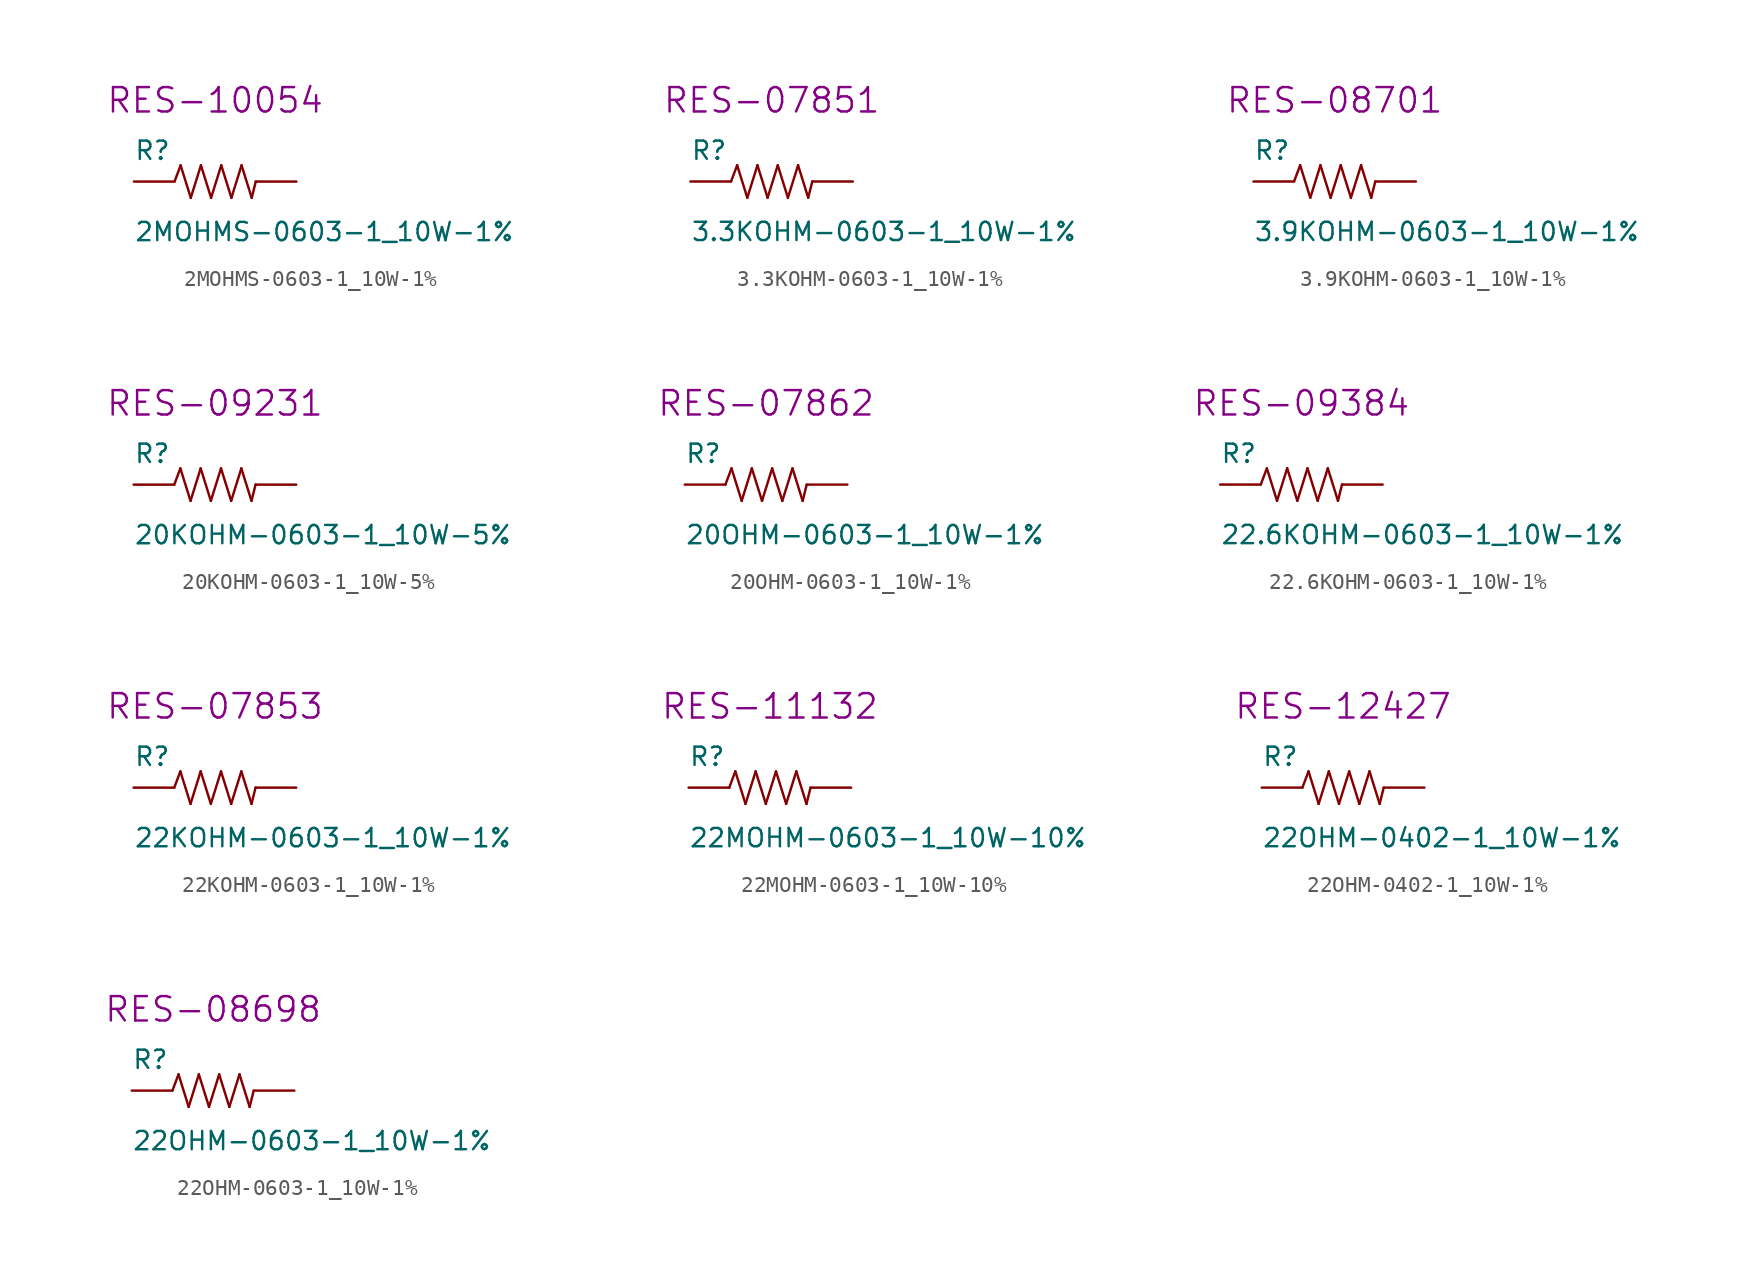
<source format=kicad_sym>
(kicad_symbol_lib
  (version 20220914)
  (generator kicad_symbol_editor)
  (symbol "2MOHMS-0603-1_10W-1%"
    (pin_numbers hide)
    (pin_names
      (offset 1.016) hide)
    (property "Reference" "R"
      (at -5.08 1.27 0)
      (effects (font (size 1.143 1.143)) (justify left bottom)))
    (property "Value" "2MOHMS-0603-1_10W-1%"
      (at -5.08 -3.81 0)
      (effects (font (size 1.143 1.143)) (justify left bottom)))
    (property "Field4" "RES-10054"
      (at 0 5.08 0)
      (effects (font (size 1.524 1.524))))
    (property "ki_locked" ""
      (at 0 0 0)
      (effects (font (size 1.27 1.27))))
    (symbol "2MOHMS-0603-1_10W-1%_1_0"
      (polyline (pts (xy -2.54 0) (xy -2.159 1.016)) (stroke (width 0) (type solid)) (fill (type none)))
      (polyline (pts (xy -2.159 1.016) (xy -1.524 -1.016)) (stroke (width 0) (type solid)) (fill (type none)))
      (polyline (pts (xy -1.524 -1.016) (xy -0.889 1.016)) (stroke (width 0) (type solid)) (fill (type none)))
      (polyline (pts (xy -0.889 1.016) (xy -0.254 -1.016)) (stroke (width 0) (type solid)) (fill (type none)))
      (polyline (pts (xy -0.254 -1.016) (xy 0.381 1.016)) (stroke (width 0) (type solid)) (fill (type none)))
      (polyline (pts (xy 0.381 1.016) (xy 1.016 -1.016)) (stroke (width 0) (type solid)) (fill (type none)))
      (polyline (pts (xy 1.016 -1.016) (xy 1.651 1.016)) (stroke (width 0) (type solid)) (fill (type none)))
      (polyline (pts (xy 1.651 1.016) (xy 2.286 -1.016)) (stroke (width 0) (type solid)) (fill (type none)))
      (polyline (pts (xy 2.286 -1.016) (xy 2.54 0)) (stroke (width 0) (type solid)) (fill (type none))))
    (symbol "2MOHMS-0603-1_10W-1%_1_1"
      (pin passive line (at -5.08 0 0) (length 2.54) (name "1" (effects (font (size 1.016 1.016)))) (number "1" (effects (font (size 1.016 1.016)))))
      (pin passive line (at 5.08 0 180) (length 2.54) (name "2" (effects (font (size 1.016 1.016)))) (number "2" (effects (font (size 1.016 1.016)))))))
  (symbol "3.3KOHM-0603-1_10W-1%"
    (pin_numbers hide)
    (pin_names
      (offset 1.016) hide)
    (property "Reference" "R"
      (at -5.08 1.27 0)
      (effects (font (size 1.143 1.143)) (justify left bottom)))
    (property "Value" "3.3KOHM-0603-1_10W-1%"
      (at -5.08 -3.81 0)
      (effects (font (size 1.143 1.143)) (justify left bottom)))
    (property "Field4" "RES-07851"
      (at 0 5.08 0)
      (effects (font (size 1.524 1.524))))
    (property "ki_locked" ""
      (at 0 0 0)
      (effects (font (size 1.27 1.27))))
    (symbol "3.3KOHM-0603-1_10W-1%_1_0"
      (polyline (pts (xy -2.54 0) (xy -2.159 1.016)) (stroke (width 0) (type solid)) (fill (type none)))
      (polyline (pts (xy -2.159 1.016) (xy -1.524 -1.016)) (stroke (width 0) (type solid)) (fill (type none)))
      (polyline (pts (xy -1.524 -1.016) (xy -0.889 1.016)) (stroke (width 0) (type solid)) (fill (type none)))
      (polyline (pts (xy -0.889 1.016) (xy -0.254 -1.016)) (stroke (width 0) (type solid)) (fill (type none)))
      (polyline (pts (xy -0.254 -1.016) (xy 0.381 1.016)) (stroke (width 0) (type solid)) (fill (type none)))
      (polyline (pts (xy 0.381 1.016) (xy 1.016 -1.016)) (stroke (width 0) (type solid)) (fill (type none)))
      (polyline (pts (xy 1.016 -1.016) (xy 1.651 1.016)) (stroke (width 0) (type solid)) (fill (type none)))
      (polyline (pts (xy 1.651 1.016) (xy 2.286 -1.016)) (stroke (width 0) (type solid)) (fill (type none)))
      (polyline (pts (xy 2.286 -1.016) (xy 2.54 0)) (stroke (width 0) (type solid)) (fill (type none))))
    (symbol "3.3KOHM-0603-1_10W-1%_1_1"
      (pin passive line (at -5.08 0 0) (length 2.54) (name "1" (effects (font (size 1.016 1.016)))) (number "1" (effects (font (size 1.016 1.016)))))
      (pin passive line (at 5.08 0 180) (length 2.54) (name "2" (effects (font (size 1.016 1.016)))) (number "2" (effects (font (size 1.016 1.016)))))))
  (symbol "3.9KOHM-0603-1_10W-1%"
    (pin_numbers hide)
    (pin_names
      (offset 1.016) hide)
    (property "Reference" "R"
      (at -5.08 1.27 0)
      (effects (font (size 1.143 1.143)) (justify left bottom)))
    (property "Value" "3.9KOHM-0603-1_10W-1%"
      (at -5.08 -3.81 0)
      (effects (font (size 1.143 1.143)) (justify left bottom)))
    (property "Field4" "RES-08701"
      (at 0 5.08 0)
      (effects (font (size 1.524 1.524))))
    (property "ki_locked" ""
      (at 0 0 0)
      (effects (font (size 1.27 1.27))))
    (symbol "3.9KOHM-0603-1_10W-1%_1_0"
      (polyline (pts (xy -2.54 0) (xy -2.159 1.016)) (stroke (width 0) (type solid)) (fill (type none)))
      (polyline (pts (xy -2.159 1.016) (xy -1.524 -1.016)) (stroke (width 0) (type solid)) (fill (type none)))
      (polyline (pts (xy -1.524 -1.016) (xy -0.889 1.016)) (stroke (width 0) (type solid)) (fill (type none)))
      (polyline (pts (xy -0.889 1.016) (xy -0.254 -1.016)) (stroke (width 0) (type solid)) (fill (type none)))
      (polyline (pts (xy -0.254 -1.016) (xy 0.381 1.016)) (stroke (width 0) (type solid)) (fill (type none)))
      (polyline (pts (xy 0.381 1.016) (xy 1.016 -1.016)) (stroke (width 0) (type solid)) (fill (type none)))
      (polyline (pts (xy 1.016 -1.016) (xy 1.651 1.016)) (stroke (width 0) (type solid)) (fill (type none)))
      (polyline (pts (xy 1.651 1.016) (xy 2.286 -1.016)) (stroke (width 0) (type solid)) (fill (type none)))
      (polyline (pts (xy 2.286 -1.016) (xy 2.54 0)) (stroke (width 0) (type solid)) (fill (type none))))
    (symbol "3.9KOHM-0603-1_10W-1%_1_1"
      (pin passive line (at -5.08 0 0) (length 2.54) (name "1" (effects (font (size 1.016 1.016)))) (number "1" (effects (font (size 1.016 1.016)))))
      (pin passive line (at 5.08 0 180) (length 2.54) (name "2" (effects (font (size 1.016 1.016)))) (number "2" (effects (font (size 1.016 1.016)))))))
  (symbol "20KOHM-0603-1_10W-5%"
    (pin_numbers hide)
    (pin_names
      (offset 1.016) hide)
    (property "Reference" "R"
      (at -5.08 1.27 0)
      (effects (font (size 1.143 1.143)) (justify left bottom)))
    (property "Value" "20KOHM-0603-1_10W-5%"
      (at -5.08 -3.81 0)
      (effects (font (size 1.143 1.143)) (justify left bottom)))
    (property "Field4" "RES-09231"
      (at 0 5.08 0)
      (effects (font (size 1.524 1.524))))
    (property "ki_locked" ""
      (at 0 0 0)
      (effects (font (size 1.27 1.27))))
    (symbol "20KOHM-0603-1_10W-5%_1_0"
      (polyline (pts (xy -2.54 0) (xy -2.159 1.016)) (stroke (width 0) (type solid)) (fill (type none)))
      (polyline (pts (xy -2.159 1.016) (xy -1.524 -1.016)) (stroke (width 0) (type solid)) (fill (type none)))
      (polyline (pts (xy -1.524 -1.016) (xy -0.889 1.016)) (stroke (width 0) (type solid)) (fill (type none)))
      (polyline (pts (xy -0.889 1.016) (xy -0.254 -1.016)) (stroke (width 0) (type solid)) (fill (type none)))
      (polyline (pts (xy -0.254 -1.016) (xy 0.381 1.016)) (stroke (width 0) (type solid)) (fill (type none)))
      (polyline (pts (xy 0.381 1.016) (xy 1.016 -1.016)) (stroke (width 0) (type solid)) (fill (type none)))
      (polyline (pts (xy 1.016 -1.016) (xy 1.651 1.016)) (stroke (width 0) (type solid)) (fill (type none)))
      (polyline (pts (xy 1.651 1.016) (xy 2.286 -1.016)) (stroke (width 0) (type solid)) (fill (type none)))
      (polyline (pts (xy 2.286 -1.016) (xy 2.54 0)) (stroke (width 0) (type solid)) (fill (type none))))
    (symbol "20KOHM-0603-1_10W-5%_1_1"
      (pin passive line (at -5.08 0 0) (length 2.54) (name "1" (effects (font (size 1.016 1.016)))) (number "1" (effects (font (size 1.016 1.016)))))
      (pin passive line (at 5.08 0 180) (length 2.54) (name "2" (effects (font (size 1.016 1.016)))) (number "2" (effects (font (size 1.016 1.016)))))))
  (symbol "20OHM-0603-1_10W-1%"
    (pin_numbers hide)
    (pin_names
      (offset 1.016) hide)
    (property "Reference" "R"
      (at -5.08 1.27 0)
      (effects (font (size 1.143 1.143)) (justify left bottom)))
    (property "Value" "20OHM-0603-1_10W-1%"
      (at -5.08 -3.81 0)
      (effects (font (size 1.143 1.143)) (justify left bottom)))
    (property "Field4" "RES-07862"
      (at 0 5.08 0)
      (effects (font (size 1.524 1.524))))
    (property "ki_locked" ""
      (at 0 0 0)
      (effects (font (size 1.27 1.27))))
    (symbol "20OHM-0603-1_10W-1%_1_0"
      (polyline (pts (xy -2.54 0) (xy -2.159 1.016)) (stroke (width 0) (type solid)) (fill (type none)))
      (polyline (pts (xy -2.159 1.016) (xy -1.524 -1.016)) (stroke (width 0) (type solid)) (fill (type none)))
      (polyline (pts (xy -1.524 -1.016) (xy -0.889 1.016)) (stroke (width 0) (type solid)) (fill (type none)))
      (polyline (pts (xy -0.889 1.016) (xy -0.254 -1.016)) (stroke (width 0) (type solid)) (fill (type none)))
      (polyline (pts (xy -0.254 -1.016) (xy 0.381 1.016)) (stroke (width 0) (type solid)) (fill (type none)))
      (polyline (pts (xy 0.381 1.016) (xy 1.016 -1.016)) (stroke (width 0) (type solid)) (fill (type none)))
      (polyline (pts (xy 1.016 -1.016) (xy 1.651 1.016)) (stroke (width 0) (type solid)) (fill (type none)))
      (polyline (pts (xy 1.651 1.016) (xy 2.286 -1.016)) (stroke (width 0) (type solid)) (fill (type none)))
      (polyline (pts (xy 2.286 -1.016) (xy 2.54 0)) (stroke (width 0) (type solid)) (fill (type none))))
    (symbol "20OHM-0603-1_10W-1%_1_1"
      (pin passive line (at -5.08 0 0) (length 2.54) (name "1" (effects (font (size 1.016 1.016)))) (number "1" (effects (font (size 1.016 1.016)))))
      (pin passive line (at 5.08 0 180) (length 2.54) (name "2" (effects (font (size 1.016 1.016)))) (number "2" (effects (font (size 1.016 1.016)))))))
  (symbol "22.6KOHM-0603-1_10W-1%"
    (pin_numbers hide)
    (pin_names
      (offset 1.016) hide)
    (property "Reference" "R"
      (at -5.08 1.27 0)
      (effects (font (size 1.143 1.143)) (justify left bottom)))
    (property "Value" "22.6KOHM-0603-1_10W-1%"
      (at -5.08 -3.81 0)
      (effects (font (size 1.143 1.143)) (justify left bottom)))
    (property "Field4" "RES-09384"
      (at 0 5.08 0)
      (effects (font (size 1.524 1.524))))
    (property "ki_locked" ""
      (at 0 0 0)
      (effects (font (size 1.27 1.27))))
    (symbol "22.6KOHM-0603-1_10W-1%_1_0"
      (polyline (pts (xy -2.54 0) (xy -2.159 1.016)) (stroke (width 0) (type solid)) (fill (type none)))
      (polyline (pts (xy -2.159 1.016) (xy -1.524 -1.016)) (stroke (width 0) (type solid)) (fill (type none)))
      (polyline (pts (xy -1.524 -1.016) (xy -0.889 1.016)) (stroke (width 0) (type solid)) (fill (type none)))
      (polyline (pts (xy -0.889 1.016) (xy -0.254 -1.016)) (stroke (width 0) (type solid)) (fill (type none)))
      (polyline (pts (xy -0.254 -1.016) (xy 0.381 1.016)) (stroke (width 0) (type solid)) (fill (type none)))
      (polyline (pts (xy 0.381 1.016) (xy 1.016 -1.016)) (stroke (width 0) (type solid)) (fill (type none)))
      (polyline (pts (xy 1.016 -1.016) (xy 1.651 1.016)) (stroke (width 0) (type solid)) (fill (type none)))
      (polyline (pts (xy 1.651 1.016) (xy 2.286 -1.016)) (stroke (width 0) (type solid)) (fill (type none)))
      (polyline (pts (xy 2.286 -1.016) (xy 2.54 0)) (stroke (width 0) (type solid)) (fill (type none))))
    (symbol "22.6KOHM-0603-1_10W-1%_1_1"
      (pin passive line (at -5.08 0 0) (length 2.54) (name "1" (effects (font (size 1.016 1.016)))) (number "1" (effects (font (size 1.016 1.016)))))
      (pin passive line (at 5.08 0 180) (length 2.54) (name "2" (effects (font (size 1.016 1.016)))) (number "2" (effects (font (size 1.016 1.016)))))))
  (symbol "22KOHM-0603-1_10W-1%"
    (pin_numbers hide)
    (pin_names
      (offset 1.016) hide)
    (property "Reference" "R"
      (at -5.08 1.27 0)
      (effects (font (size 1.143 1.143)) (justify left bottom)))
    (property "Value" "22KOHM-0603-1_10W-1%"
      (at -5.08 -3.81 0)
      (effects (font (size 1.143 1.143)) (justify left bottom)))
    (property "Field4" "RES-07853"
      (at 0 5.08 0)
      (effects (font (size 1.524 1.524))))
    (property "ki_locked" ""
      (at 0 0 0)
      (effects (font (size 1.27 1.27))))
    (symbol "22KOHM-0603-1_10W-1%_1_0"
      (polyline (pts (xy -2.54 0) (xy -2.159 1.016)) (stroke (width 0) (type solid)) (fill (type none)))
      (polyline (pts (xy -2.159 1.016) (xy -1.524 -1.016)) (stroke (width 0) (type solid)) (fill (type none)))
      (polyline (pts (xy -1.524 -1.016) (xy -0.889 1.016)) (stroke (width 0) (type solid)) (fill (type none)))
      (polyline (pts (xy -0.889 1.016) (xy -0.254 -1.016)) (stroke (width 0) (type solid)) (fill (type none)))
      (polyline (pts (xy -0.254 -1.016) (xy 0.381 1.016)) (stroke (width 0) (type solid)) (fill (type none)))
      (polyline (pts (xy 0.381 1.016) (xy 1.016 -1.016)) (stroke (width 0) (type solid)) (fill (type none)))
      (polyline (pts (xy 1.016 -1.016) (xy 1.651 1.016)) (stroke (width 0) (type solid)) (fill (type none)))
      (polyline (pts (xy 1.651 1.016) (xy 2.286 -1.016)) (stroke (width 0) (type solid)) (fill (type none)))
      (polyline (pts (xy 2.286 -1.016) (xy 2.54 0)) (stroke (width 0) (type solid)) (fill (type none))))
    (symbol "22KOHM-0603-1_10W-1%_1_1"
      (pin passive line (at -5.08 0 0) (length 2.54) (name "1" (effects (font (size 1.016 1.016)))) (number "1" (effects (font (size 1.016 1.016)))))
      (pin passive line (at 5.08 0 180) (length 2.54) (name "2" (effects (font (size 1.016 1.016)))) (number "2" (effects (font (size 1.016 1.016)))))))
  (symbol "22MOHM-0603-1_10W-10%"
    (pin_numbers hide)
    (pin_names
      (offset 1.016) hide)
    (property "Reference" "R"
      (at -5.08 1.27 0)
      (effects (font (size 1.143 1.143)) (justify left bottom)))
    (property "Value" "22MOHM-0603-1_10W-10%"
      (at -5.08 -3.81 0)
      (effects (font (size 1.143 1.143)) (justify left bottom)))
    (property "Field4" "RES-11132"
      (at 0 5.08 0)
      (effects (font (size 1.524 1.524))))
    (property "ki_locked" ""
      (at 0 0 0)
      (effects (font (size 1.27 1.27))))
    (symbol "22MOHM-0603-1_10W-10%_1_0"
      (polyline (pts (xy -2.54 0) (xy -2.159 1.016)) (stroke (width 0) (type solid)) (fill (type none)))
      (polyline (pts (xy -2.159 1.016) (xy -1.524 -1.016)) (stroke (width 0) (type solid)) (fill (type none)))
      (polyline (pts (xy -1.524 -1.016) (xy -0.889 1.016)) (stroke (width 0) (type solid)) (fill (type none)))
      (polyline (pts (xy -0.889 1.016) (xy -0.254 -1.016)) (stroke (width 0) (type solid)) (fill (type none)))
      (polyline (pts (xy -0.254 -1.016) (xy 0.381 1.016)) (stroke (width 0) (type solid)) (fill (type none)))
      (polyline (pts (xy 0.381 1.016) (xy 1.016 -1.016)) (stroke (width 0) (type solid)) (fill (type none)))
      (polyline (pts (xy 1.016 -1.016) (xy 1.651 1.016)) (stroke (width 0) (type solid)) (fill (type none)))
      (polyline (pts (xy 1.651 1.016) (xy 2.286 -1.016)) (stroke (width 0) (type solid)) (fill (type none)))
      (polyline (pts (xy 2.286 -1.016) (xy 2.54 0)) (stroke (width 0) (type solid)) (fill (type none))))
    (symbol "22MOHM-0603-1_10W-10%_1_1"
      (pin passive line (at -5.08 0 0) (length 2.54) (name "1" (effects (font (size 1.016 1.016)))) (number "1" (effects (font (size 1.016 1.016)))))
      (pin passive line (at 5.08 0 180) (length 2.54) (name "2" (effects (font (size 1.016 1.016)))) (number "2" (effects (font (size 1.016 1.016)))))))
  (symbol "22OHM-0402-1_10W-1%"
    (pin_numbers hide)
    (pin_names
      (offset 1.016) hide)
    (property "Reference" "R"
      (at -5.08 1.27 0)
      (effects (font (size 1.143 1.143)) (justify left bottom)))
    (property "Value" "22OHM-0402-1_10W-1%"
      (at -5.08 -3.81 0)
      (effects (font (size 1.143 1.143)) (justify left bottom)))
    (property "Field4" "RES-12427"
      (at 0 5.08 0)
      (effects (font (size 1.524 1.524))))
    (property "ki_locked" ""
      (at 0 0 0)
      (effects (font (size 1.27 1.27))))
    (symbol "22OHM-0402-1_10W-1%_1_0"
      (polyline (pts (xy -2.54 0) (xy -2.159 1.016)) (stroke (width 0) (type solid)) (fill (type none)))
      (polyline (pts (xy -2.159 1.016) (xy -1.524 -1.016)) (stroke (width 0) (type solid)) (fill (type none)))
      (polyline (pts (xy -1.524 -1.016) (xy -0.889 1.016)) (stroke (width 0) (type solid)) (fill (type none)))
      (polyline (pts (xy -0.889 1.016) (xy -0.254 -1.016)) (stroke (width 0) (type solid)) (fill (type none)))
      (polyline (pts (xy -0.254 -1.016) (xy 0.381 1.016)) (stroke (width 0) (type solid)) (fill (type none)))
      (polyline (pts (xy 0.381 1.016) (xy 1.016 -1.016)) (stroke (width 0) (type solid)) (fill (type none)))
      (polyline (pts (xy 1.016 -1.016) (xy 1.651 1.016)) (stroke (width 0) (type solid)) (fill (type none)))
      (polyline (pts (xy 1.651 1.016) (xy 2.286 -1.016)) (stroke (width 0) (type solid)) (fill (type none)))
      (polyline (pts (xy 2.286 -1.016) (xy 2.54 0)) (stroke (width 0) (type solid)) (fill (type none))))
    (symbol "22OHM-0402-1_10W-1%_1_1"
      (pin passive line (at -5.08 0 0) (length 2.54) (name "1" (effects (font (size 1.016 1.016)))) (number "1" (effects (font (size 1.016 1.016)))))
      (pin passive line (at 5.08 0 180) (length 2.54) (name "2" (effects (font (size 1.016 1.016)))) (number "2" (effects (font (size 1.016 1.016)))))))
  (symbol "22OHM-0603-1_10W-1%"
    (pin_numbers hide)
    (pin_names
      (offset 1.016) hide)
    (property "Reference" "R"
      (at -5.08 1.27 0)
      (effects (font (size 1.143 1.143)) (justify left bottom)))
    (property "Value" "22OHM-0603-1_10W-1%"
      (at -5.08 -3.81 0)
      (effects (font (size 1.143 1.143)) (justify left bottom)))
    (property "Field4" "RES-08698"
      (at 0 5.08 0)
      (effects (font (size 1.524 1.524))))
    (property "ki_locked" ""
      (at 0 0 0)
      (effects (font (size 1.27 1.27))))
    (symbol "22OHM-0603-1_10W-1%_1_0"
      (polyline (pts (xy -2.54 0) (xy -2.159 1.016)) (stroke (width 0) (type solid)) (fill (type none)))
      (polyline (pts (xy -2.159 1.016) (xy -1.524 -1.016)) (stroke (width 0) (type solid)) (fill (type none)))
      (polyline (pts (xy -1.524 -1.016) (xy -0.889 1.016)) (stroke (width 0) (type solid)) (fill (type none)))
      (polyline (pts (xy -0.889 1.016) (xy -0.254 -1.016)) (stroke (width 0) (type solid)) (fill (type none)))
      (polyline (pts (xy -0.254 -1.016) (xy 0.381 1.016)) (stroke (width 0) (type solid)) (fill (type none)))
      (polyline (pts (xy 0.381 1.016) (xy 1.016 -1.016)) (stroke (width 0) (type solid)) (fill (type none)))
      (polyline (pts (xy 1.016 -1.016) (xy 1.651 1.016)) (stroke (width 0) (type solid)) (fill (type none)))
      (polyline (pts (xy 1.651 1.016) (xy 2.286 -1.016)) (stroke (width 0) (type solid)) (fill (type none)))
      (polyline (pts (xy 2.286 -1.016) (xy 2.54 0)) (stroke (width 0) (type solid)) (fill (type none))))
    (symbol "22OHM-0603-1_10W-1%_1_1"
      (pin passive line (at -5.08 0 0) (length 2.54) (name "1" (effects (font (size 1.016 1.016)))) (number "1" (effects (font (size 1.016 1.016)))))
      (pin passive line (at 5.08 0 180) (length 2.54) (name "2" (effects (font (size 1.016 1.016)))) (number "2" (effects (font (size 1.016 1.016))))))))
</source>
